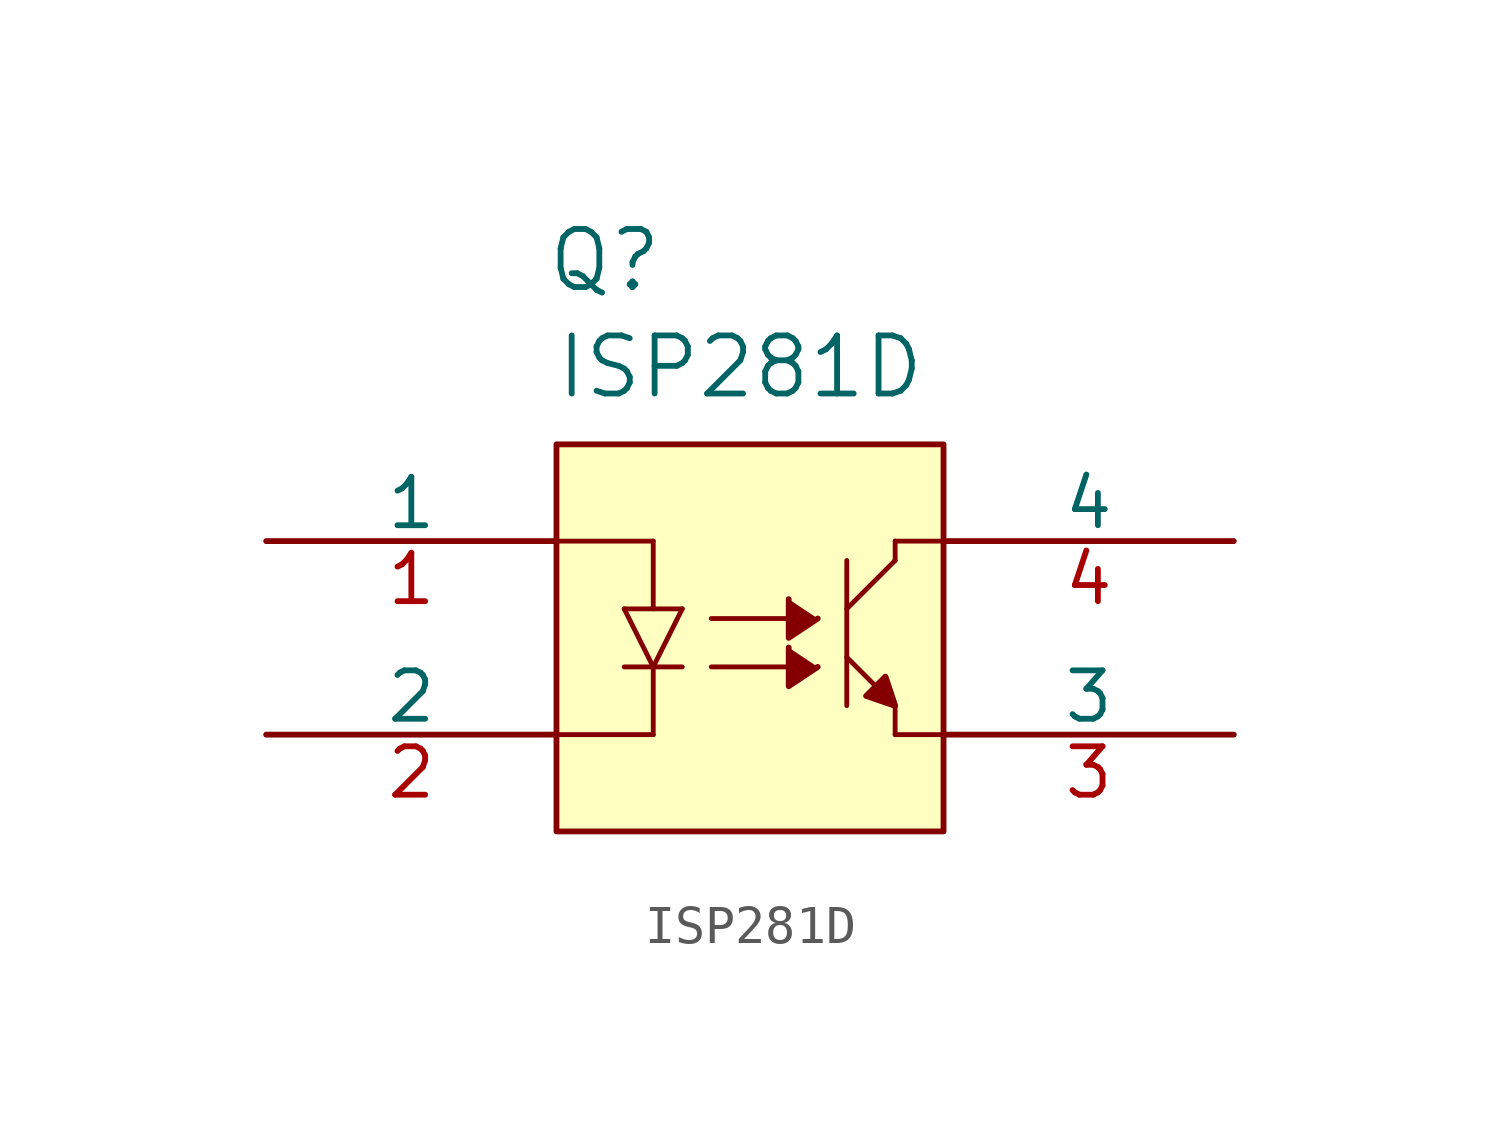
<source format=kicad_sym>
(kicad_symbol_lib
  (version 20231120)
  (generator "kicad_symbol_editor")
  (generator_version "8.0")
  (symbol "ISP281D"
    (pin_names
      (offset 0))
    (property "Reference" "Q"
      (at 8.89 7.366 0)
      (effects (font (size 1.524 1.524))))
    (property "Value" "ISP281D"
      (at 12.446 4.572 0)
      (effects (font (size 1.524 1.524))))
    (symbol "ISP281D_0_1"
      (polyline (pts (xy 9.398 -3.302) (xy 10.922 -3.302)) (stroke (width 0.127) (type default)) (fill (type none)))
      (polyline (pts (xy 9.398 -1.778) (xy 10.16 -3.302)) (stroke (width 0.127) (type default)) (fill (type none)))
      (polyline (pts (xy 10.16 -5.08) (xy 7.62 -5.08)) (stroke (width 0.127) (type default)) (fill (type none)))
      (polyline (pts (xy 10.16 -3.302) (xy 10.16 -5.08)) (stroke (width 0.127) (type default)) (fill (type none)))
      (polyline (pts (xy 10.16 -3.302) (xy 10.922 -1.778)) (stroke (width 0.127) (type default)) (fill (type none)))
      (polyline (pts (xy 10.16 0) (xy 7.62 0)) (stroke (width 0.127) (type default)) (fill (type none)))
      (polyline (pts (xy 10.16 0) (xy 10.16 -1.778)) (stroke (width 0.127) (type default)) (fill (type none)))
      (polyline (pts (xy 10.922 -1.778) (xy 9.398 -1.778)) (stroke (width 0.127) (type default)) (fill (type none)))
      (polyline (pts (xy 11.684 -3.302) (xy 13.716 -3.302)) (stroke (width 0.127) (type default)) (fill (type none)))
      (polyline (pts (xy 11.684 -2.032) (xy 13.716 -2.032)) (stroke (width 0.127) (type default)) (fill (type none)))
      (polyline (pts (xy 15.24 -4.318) (xy 15.24 -0.508)) (stroke (width 0.127) (type default)) (fill (type none)))
      (polyline (pts (xy 15.24 -3.048) (xy 16.002 -3.81)) (stroke (width 0.127) (type default)) (fill (type none)))
      (polyline (pts (xy 15.24 -1.778) (xy 16.51 -0.508)) (stroke (width 0.127) (type default)) (fill (type none)))
      (polyline (pts (xy 16.51 -4.318) (xy 16.51 -5.08)) (stroke (width 0.127) (type default)) (fill (type none)))
      (polyline (pts (xy 16.51 -0.508) (xy 16.51 0)) (stroke (width 0.127) (type default)) (fill (type none)))
      (polyline (pts (xy 16.51 0) (xy 17.78 0)) (stroke (width 0.127) (type default)) (fill (type none)))
      (polyline (pts (xy 17.78 -5.08) (xy 16.51 -5.08)) (stroke (width 0.127) (type default)) (fill (type none)))
      (polyline (pts (xy 13.716 -2.794) (xy 13.716 -3.81) (xy 14.478 -3.302)) (stroke (width 0) (type default)) (fill (type outline)))
      (polyline (pts (xy 13.716 -1.524) (xy 13.716 -2.54) (xy 14.478 -2.032)) (stroke (width 0) (type default)) (fill (type outline)))
      (polyline (pts (xy 16.472 -4.311) (xy 15.748 -4.064) (xy 16.256 -3.556) (xy 16.51 -4.318)) (stroke (width 0) (type default)) (fill (type outline)))
      (pin unspecified line (at 0 0 0) (length 7.62) (name "1" (effects (font (size 1.27 1.27)))) (number "1" (effects (font (size 1.27 1.27)))))
      (pin unspecified line (at 0 -5.08 0) (length 7.62) (name "2" (effects (font (size 1.27 1.27)))) (number "2" (effects (font (size 1.27 1.27)))))
      (pin unspecified line (at 25.4 -5.08 180) (length 7.62) (name "3" (effects (font (size 1.27 1.27)))) (number "3" (effects (font (size 1.27 1.27)))))
      (pin unspecified line (at 25.4 0 180) (length 7.62) (name "4" (effects (font (size 1.27 1.27)))) (number "4" (effects (font (size 1.27 1.27))))))
    (symbol "ISP281D_1_1"
      (rectangle (start 7.62 2.54) (end 17.78 -7.62) (stroke (width 0) (type default)) (fill (type background))))))
</source>
